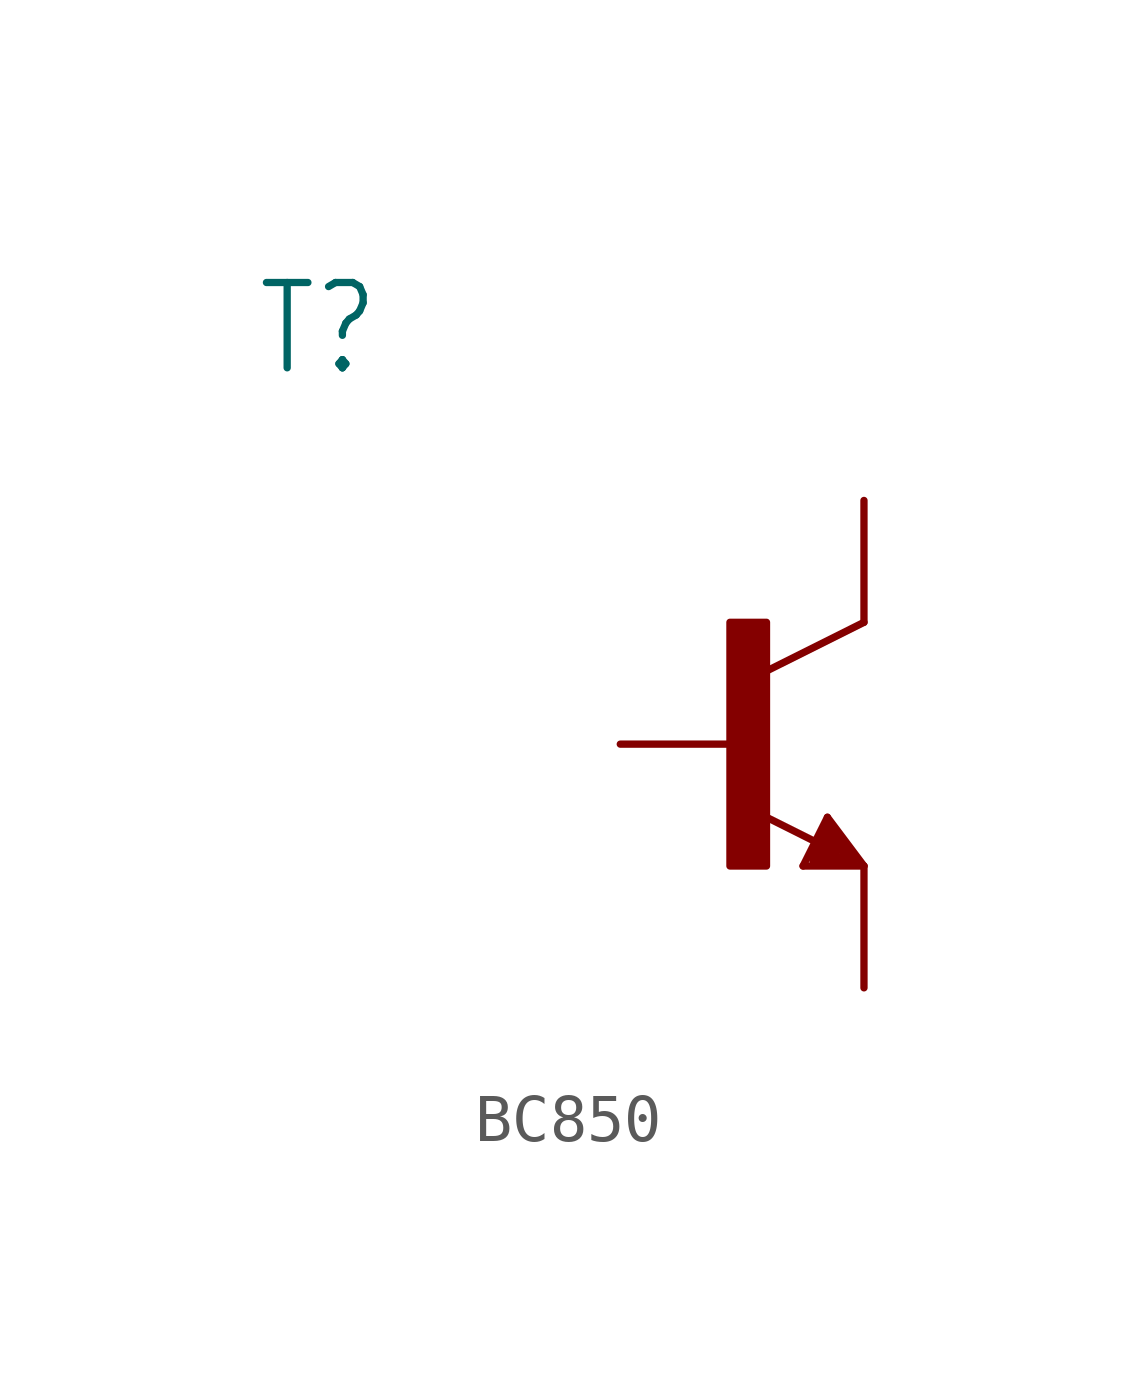
<source format=kicad_sym>
(kicad_symbol_lib
  (version 20220914)
  (generator kicad_symbol_editor)
  (symbol "BC850"
    (property "Reference" "T"
      (at -10.16 7.62 0)
      (effects (font (size 1.778 1.511)) (justify left bottom)))
    (property "Value" ""
      (at -10.16 5.08 0)
      (effects (font (size 1.778 1.511)) (justify left bottom)))
    (property "ki_locked" ""
      (at 0 0 0)
      (effects (font (size 1.27 1.27))))
    (symbol "BC850_1_0"
      (rectangle (start -0.254 -2.54) (end 0.508 2.54) (stroke (width 0) (type default)) (fill (type outline)))
      (polyline (pts (xy 1.27 -2.54) (xy 1.778 -1.524)) (stroke (width 0.152) (type solid)) (fill (type none)))
      (polyline (pts (xy 1.524 -2.413) (xy 2.286 -2.413)) (stroke (width 0.254) (type solid)) (fill (type none)))
      (polyline (pts (xy 1.524 -2.286) (xy 1.905 -2.286)) (stroke (width 0.254) (type solid)) (fill (type none)))
      (polyline (pts (xy 1.54 -2.04) (xy 0.308 -1.424)) (stroke (width 0.152) (type solid)) (fill (type none)))
      (polyline (pts (xy 1.778 -1.778) (xy 1.524 -2.286)) (stroke (width 0.254) (type solid)) (fill (type none)))
      (polyline (pts (xy 1.778 -1.524) (xy 2.54 -2.54)) (stroke (width 0.152) (type solid)) (fill (type none)))
      (polyline (pts (xy 1.905 -2.286) (xy 1.778 -2.032)) (stroke (width 0.254) (type solid)) (fill (type none)))
      (polyline (pts (xy 2.286 -2.413) (xy 1.778 -1.778)) (stroke (width 0.254) (type solid)) (fill (type none)))
      (polyline (pts (xy 2.54 -2.54) (xy 1.27 -2.54)) (stroke (width 0.152) (type solid)) (fill (type none)))
      (polyline (pts (xy 2.54 2.54) (xy 0.508 1.524)) (stroke (width 0.152) (type solid)) (fill (type none)))
      (pin passive line (at -2.54 0 0) (length 2.54) (name "B" (effects (font (size 0 0)))) (number "1" (effects (font (size 0 0)))))
      (pin passive line (at 2.54 -5.08 90) (length 2.54) (name "E" (effects (font (size 0 0)))) (number "2" (effects (font (size 0 0)))))
      (pin passive line (at 2.54 5.08 270) (length 2.54) (name "C" (effects (font (size 0 0)))) (number "3" (effects (font (size 0 0))))))))
</source>
